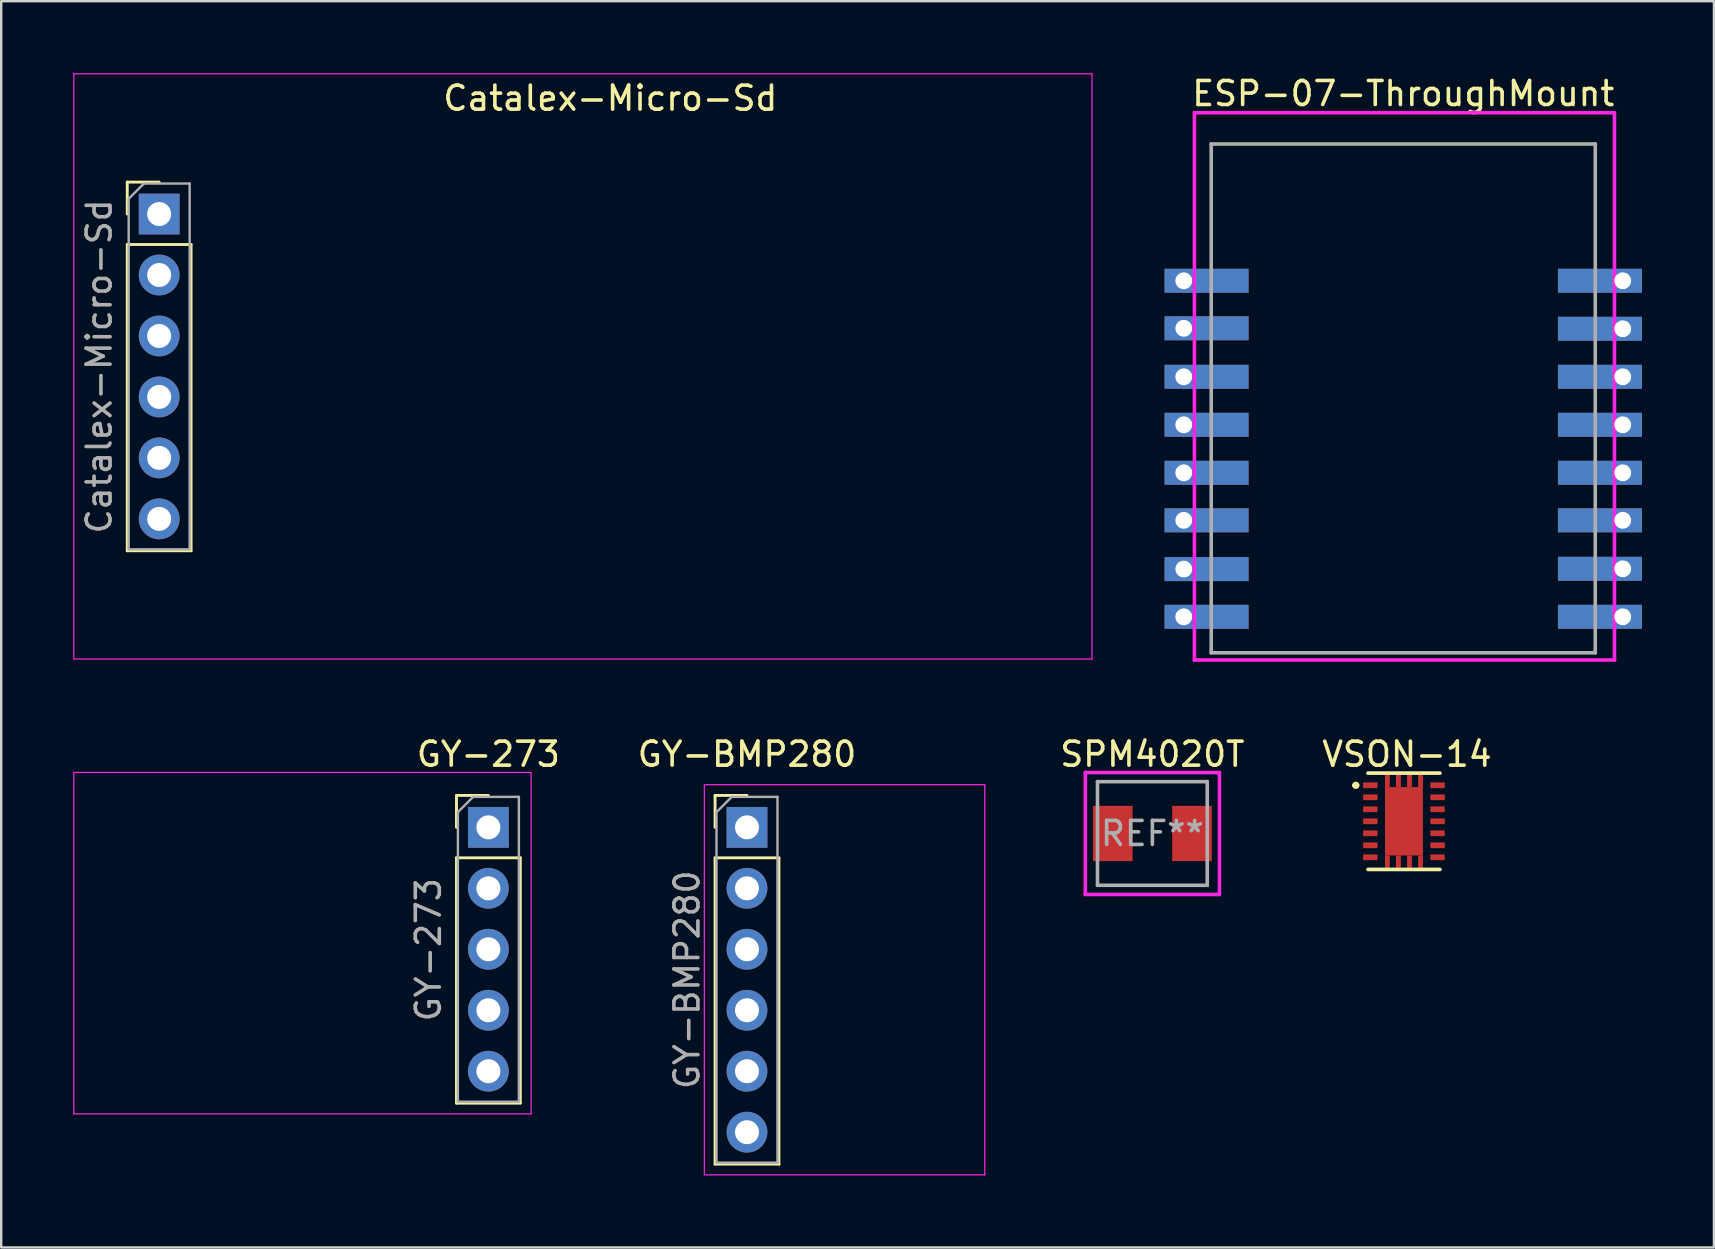
<source format=kicad_pcb>
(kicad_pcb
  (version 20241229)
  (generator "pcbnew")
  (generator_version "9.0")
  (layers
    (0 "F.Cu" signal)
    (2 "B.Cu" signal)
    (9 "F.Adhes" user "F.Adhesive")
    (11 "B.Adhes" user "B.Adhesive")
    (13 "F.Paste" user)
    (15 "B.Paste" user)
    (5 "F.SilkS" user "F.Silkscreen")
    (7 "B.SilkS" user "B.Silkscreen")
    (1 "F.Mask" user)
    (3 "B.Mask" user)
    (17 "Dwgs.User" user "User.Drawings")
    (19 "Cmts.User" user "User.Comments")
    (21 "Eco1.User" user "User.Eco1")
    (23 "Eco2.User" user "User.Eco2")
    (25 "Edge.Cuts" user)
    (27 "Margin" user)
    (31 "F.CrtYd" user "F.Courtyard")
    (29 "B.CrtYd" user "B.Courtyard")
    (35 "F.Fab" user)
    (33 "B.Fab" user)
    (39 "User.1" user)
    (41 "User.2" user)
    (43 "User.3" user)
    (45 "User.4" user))
  (footprint "GY-BMP280"
    (layer "F.Cu")
    (at 28.071 31.419)
    (property "Reference" "GY-BMP280" (at 0 -3.048 0) (layer "F.SilkS") (effects (font (size 1 1) (thickness 0.15))))
    (attr through_hole)
    (fp_line (start -1.33 -1.33) (end 0 -1.33) (stroke (width 0.12) (type solid)) (layer "F.SilkS"))
    (fp_line (start -1.33 0) (end -1.33 -1.33) (stroke (width 0.12) (type solid)) (layer "F.SilkS"))
    (fp_line (start -1.33 1.27) (end -1.33 14.03) (stroke (width 0.12) (type solid)) (layer "F.SilkS"))
    (fp_line (start -1.33 1.27) (end 1.33 1.27) (stroke (width 0.12) (type solid)) (layer "F.SilkS"))
    (fp_line (start -1.33 14.03) (end 1.33 14.03) (stroke (width 0.12) (type solid)) (layer "F.SilkS"))
    (fp_line (start 1.33 1.27) (end 1.33 14.03) (stroke (width 0.12) (type solid)) (layer "F.SilkS"))
    (fp_line (start -1.778 -1.778) (end -1.778 14.478) (stroke (width 0.05) (type solid)) (layer "F.CrtYd"))
    (fp_line (start -1.778 14.478) (end 9.906 14.478) (stroke (width 0.05) (type solid)) (layer "F.CrtYd"))
    (fp_line (start 9.906 -1.778) (end -1.778 -1.778) (stroke (width 0.05) (type solid)) (layer "F.CrtYd"))
    (fp_line (start 9.906 14.478) (end 9.906 -1.778) (stroke (width 0.05) (type solid)) (layer "F.CrtYd"))
    (fp_line (start -1.27 -0.635) (end -0.635 -1.27) (stroke (width 0.1) (type solid)) (layer "F.Fab"))
    (fp_line (start -1.27 13.97) (end -1.27 -0.635) (stroke (width 0.1) (type solid)) (layer "F.Fab"))
    (fp_line (start -0.635 -1.27) (end 1.27 -1.27) (stroke (width 0.1) (type solid)) (layer "F.Fab"))
    (fp_line (start 1.27 -1.27) (end 1.27 13.97) (stroke (width 0.1) (type solid)) (layer "F.Fab"))
    (fp_line (start 1.27 13.97) (end -1.27 13.97) (stroke (width 0.1) (type solid)) (layer "F.Fab"))
    (fp_text user "${REFERENCE}" (at -2.5 6.35 90) (layer "F.Fab") (effects (font (size 1 1) (thickness 0.15))))
    (pad "1" thru_hole rect (at 0 0) (size 1.7 1.7) (drill 1) (layers "*.Cu" "*.Mask"))
    (pad "2" thru_hole oval (at 0 2.54) (size 1.7 1.7) (drill 1) (layers "*.Cu" "*.Mask"))
    (pad "3" thru_hole oval (at 0 5.08) (size 1.7 1.7) (drill 1) (layers "*.Cu" "*.Mask"))
    (pad "4" thru_hole oval (at 0 7.62) (size 1.7 1.7) (drill 1) (layers "*.Cu" "*.Mask"))
    (pad "5" thru_hole oval (at 0 10.16) (size 1.7 1.7) (drill 1) (layers "*.Cu" "*.Mask"))
    (pad "6" thru_hole oval (at 0 12.7) (size 1.7 1.7) (drill 1) (layers "*.Cu" "*.Mask")))
  (footprint "SPM4020T"
    (layer "F.Cu")
    (at 44.96 31.674)
    (property "Reference" "SPM4020T" (at 0 -3.302 0) (layer "F.SilkS") (effects (font (size 1 1) (thickness 0.15))))
    (attr smd)
    (fp_line (start -2.794 -2.54) (end -2.794 2.54) (stroke (width 0.15) (type solid)) (layer "F.CrtYd"))
    (fp_line (start -2.794 2.54) (end 2.794 2.54) (stroke (width 0.15) (type solid)) (layer "F.CrtYd"))
    (fp_line (start 2.794 -2.54) (end -2.794 -2.54) (stroke (width 0.15) (type solid)) (layer "F.CrtYd"))
    (fp_line (start 2.794 2.54) (end 2.794 -2.54) (stroke (width 0.15) (type solid)) (layer "F.CrtYd"))
    (fp_line (start -2.286 -2.159) (end 2.286 -2.159) (stroke (width 0.15) (type solid)) (layer "F.Fab"))
    (fp_line (start -2.286 2.159) (end -2.286 -2.159) (stroke (width 0.15) (type solid)) (layer "F.Fab"))
    (fp_line (start 2.286 -2.159) (end 2.286 2.159) (stroke (width 0.15) (type solid)) (layer "F.Fab"))
    (fp_line (start 2.286 2.159) (end -2.286 2.159) (stroke (width 0.15) (type solid)) (layer "F.Fab"))
    (fp_text user "REF**" (at 0 0 0) (layer "F.Fab") (effects (font (size 1 1) (thickness 0.15))))
    (pad "1" smd rect (at -1.65 0) (size 1.65 2.3) (layers "F.Cu" "F.Mask" "F.Paste"))
    (pad "2" smd rect (at 1.65 0) (size 1.65 2.3) (layers "F.Cu" "F.Mask" "F.Paste")))
  (footprint "ESP-07-ThroughMount"
    (layer "F.Cu")
    (at 55.412 13.548)
    (property "Reference" "ESP-07-ThroughMount" (at 0 -12.7 0) (layer "F.SilkS") (effects (font (size 1 1) (thickness 0.15))))
    (attr through_hole)
    (fp_line (start -8.7 -11.9) (end -8.7 10.9) (stroke (width 0.15) (type solid)) (layer "F.CrtYd"))
    (fp_line (start -8.7 10.9) (end 8.8 10.9) (stroke (width 0.15) (type solid)) (layer "F.CrtYd"))
    (fp_line (start 8.8 -11.9) (end -8.7 -11.9) (stroke (width 0.15) (type solid)) (layer "F.CrtYd"))
    (fp_line (start 8.8 10.9) (end 8.8 -11.9) (stroke (width 0.15) (type solid)) (layer "F.CrtYd"))
    (fp_line (start -8 -10.6) (end 8 -10.6) (stroke (width 0.15) (type solid)) (layer "F.Fab"))
    (fp_line (start -8 10.6) (end -8 -10.6) (stroke (width 0.15) (type solid)) (layer "F.Fab"))
    (fp_line (start 8 -10.6) (end 8 10.6) (stroke (width 0.15) (type solid)) (layer "F.Fab"))
    (fp_line (start 8 10.6) (end -8 10.6) (stroke (width 0.15) (type solid)) (layer "F.Fab"))
    (pad "1" thru_hole rect (at -9.144 -4.9) (size 3.5 1) (drill 0.7 (offset 0.95 0)) (layers "*.Cu" "*.Mask"))
    (pad "2" thru_hole rect (at -9.144 -2.921) (size 3.5 1) (drill 0.7 (offset 0.95 0)) (layers "*.Cu" "*.Mask"))
    (pad "3" thru_hole rect (at -9.144 -0.9) (size 3.5 1) (drill 0.7 (offset 0.95 0)) (layers "*.Cu" "*.Mask"))
    (pad "4" thru_hole rect (at -9.144 1.1) (size 3.5 1) (drill 0.7 (offset 0.95 0)) (layers "*.Cu" "*.Mask"))
    (pad "5" thru_hole rect (at -9.144 3.1) (size 3.5 1) (drill 0.7 (offset 0.95 0)) (layers "*.Cu" "*.Mask"))
    (pad "6" thru_hole rect (at -9.144 5.08) (size 3.5 1) (drill 0.7 (offset 0.95 0)) (layers "*.Cu" "*.Mask"))
    (pad "7" thru_hole rect (at -9.144 7.112) (size 3.5 1) (drill 0.7 (offset 0.95 0)) (layers "*.Cu" "*.Mask"))
    (pad "8" thru_hole rect (at -9.144 9.1) (size 3.5 1) (drill 0.7 (offset 0.95 0)) (layers "*.Cu" "*.Mask"))
    (pad "9" thru_hole rect (at 9.144 9.1 180) (size 3.5 1) (drill 0.7 (offset 0.95 0)) (layers "*.Cu" "*.Mask"))
    (pad "10" thru_hole rect (at 9.144 7.1 180) (size 3.5 1) (drill 0.7 (offset 0.95 0)) (layers "*.Cu" "*.Mask"))
    (pad "11" thru_hole rect (at 9.144 5.08 180) (size 3.5 1) (drill 0.7 (offset 0.95 0)) (layers "*.Cu" "*.Mask"))
    (pad "12" thru_hole rect (at 9.144 3.1 180) (size 3.5 1) (drill 0.7 (offset 0.95 0)) (layers "*.Cu" "*.Mask"))
    (pad "13" thru_hole rect (at 9.144 1.1 180) (size 3.5 1) (drill 0.7 (offset 0.95 0)) (layers "*.Cu" "*.Mask"))
    (pad "14" thru_hole rect (at 9.144 -0.9 180) (size 3.5 1) (drill 0.7 (offset 0.95 0)) (layers "*.Cu" "*.Mask"))
    (pad "15" thru_hole rect (at 9.144 -2.9 180) (size 3.5 1) (drill 0.7 (offset 0.95 0)) (layers "*.Cu" "*.Mask"))
    (pad "16" thru_hole rect (at 9.144 -4.9 180) (size 3.5 1) (drill 0.7 (offset 0.95 0)) (layers "*.Cu" "*.Mask")))
  (footprint "GY-273"
    (layer "F.Cu")
    (at 17.297 31.419)
    (property "Reference" "GY-273" (at 0 -3.048 0) (layer "F.SilkS") (effects (font (size 1 1) (thickness 0.15))))
    (attr through_hole)
    (fp_line (start -1.33 -1.33) (end 0 -1.33) (stroke (width 0.12) (type solid)) (layer "F.SilkS"))
    (fp_line (start -1.33 0) (end -1.33 -1.33) (stroke (width 0.12) (type solid)) (layer "F.SilkS"))
    (fp_line (start -1.33 1.27) (end -1.33 11.49) (stroke (width 0.12) (type solid)) (layer "F.SilkS"))
    (fp_line (start -1.33 1.27) (end 1.33 1.27) (stroke (width 0.12) (type solid)) (layer "F.SilkS"))
    (fp_line (start -1.33 11.49) (end 1.33 11.49) (stroke (width 0.12) (type solid)) (layer "F.SilkS"))
    (fp_line (start 1.33 1.27) (end 1.33 11.49) (stroke (width 0.12) (type solid)) (layer "F.SilkS"))
    (fp_line (start -17.272 -2.286) (end -17.272 11.938) (stroke (width 0.05) (type solid)) (layer "F.CrtYd"))
    (fp_line (start -17.272 11.938) (end 1.778 11.938) (stroke (width 0.05) (type solid)) (layer "F.CrtYd"))
    (fp_line (start 1.778 -2.286) (end -17.272 -2.286) (stroke (width 0.05) (type solid)) (layer "F.CrtYd"))
    (fp_line (start 1.778 11.938) (end 1.778 -2.286) (stroke (width 0.05) (type solid)) (layer "F.CrtYd"))
    (fp_line (start -1.27 -0.635) (end -0.635 -1.27) (stroke (width 0.1) (type solid)) (layer "F.Fab"))
    (fp_line (start -1.27 11.43) (end -1.27 -0.635) (stroke (width 0.1) (type solid)) (layer "F.Fab"))
    (fp_line (start -0.635 -1.27) (end 1.27 -1.27) (stroke (width 0.1) (type solid)) (layer "F.Fab"))
    (fp_line (start 1.27 -1.27) (end 1.27 11.43) (stroke (width 0.1) (type solid)) (layer "F.Fab"))
    (fp_line (start 1.27 11.43) (end -1.27 11.43) (stroke (width 0.1) (type solid)) (layer "F.Fab"))
    (fp_text user "${REFERENCE}" (at -2.5 5.1 90) (layer "F.Fab") (effects (font (size 1 1) (thickness 0.15))))
    (pad "1" thru_hole rect (at 0 0) (size 1.7 1.7) (drill 1) (layers "*.Cu" "*.Mask"))
    (pad "2" thru_hole oval (at 0 2.54) (size 1.7 1.7) (drill 1) (layers "*.Cu" "*.Mask"))
    (pad "3" thru_hole oval (at 0 5.08) (size 1.7 1.7) (drill 1) (layers "*.Cu" "*.Mask"))
    (pad "4" thru_hole oval (at 0 7.62) (size 1.7 1.7) (drill 1) (layers "*.Cu" "*.Mask"))
    (pad "5" thru_hole oval (at 0 10.16) (size 1.7 1.7) (drill 1) (layers "*.Cu" "*.Mask")))
  (footprint "Catalex-Micro-Sd"
    (layer "F.Cu")
    (at 3.581 5.867)
    (property "Reference" "Catalex-Micro-Sd" (at 18.796 -4.826 0) (layer "F.SilkS") (effects (font (size 1 1) (thickness 0.15))))
    (attr through_hole)
    (fp_line (start -1.33 -1.33) (end 0 -1.33) (stroke (width 0.12) (type solid)) (layer "F.SilkS"))
    (fp_line (start -1.33 0) (end -1.33 -1.33) (stroke (width 0.12) (type solid)) (layer "F.SilkS"))
    (fp_line (start -1.33 1.27) (end -1.33 14.03) (stroke (width 0.12) (type solid)) (layer "F.SilkS"))
    (fp_line (start -1.33 1.27) (end 1.33 1.27) (stroke (width 0.12) (type solid)) (layer "F.SilkS"))
    (fp_line (start -1.33 14.03) (end 1.33 14.03) (stroke (width 0.12) (type solid)) (layer "F.SilkS"))
    (fp_line (start 1.33 1.27) (end 1.33 14.03) (stroke (width 0.12) (type solid)) (layer "F.SilkS"))
    (fp_line (start -3.556 -5.842) (end -3.556 18.542) (stroke (width 0.05) (type solid)) (layer "F.CrtYd"))
    (fp_line (start -3.556 18.542) (end 38.862 18.542) (stroke (width 0.05) (type solid)) (layer "F.CrtYd"))
    (fp_line (start 38.862 -5.842) (end -3.556 -5.842) (stroke (width 0.05) (type solid)) (layer "F.CrtYd"))
    (fp_line (start 38.862 18.542) (end 38.862 -5.842) (stroke (width 0.05) (type solid)) (layer "F.CrtYd"))
    (fp_line (start -1.27 -0.635) (end -0.635 -1.27) (stroke (width 0.1) (type solid)) (layer "F.Fab"))
    (fp_line (start -1.27 13.97) (end -1.27 -0.635) (stroke (width 0.1) (type solid)) (layer "F.Fab"))
    (fp_line (start -0.635 -1.27) (end 1.27 -1.27) (stroke (width 0.1) (type solid)) (layer "F.Fab"))
    (fp_line (start 1.27 -1.27) (end 1.27 13.97) (stroke (width 0.1) (type solid)) (layer "F.Fab"))
    (fp_line (start 1.27 13.97) (end -1.27 13.97) (stroke (width 0.1) (type solid)) (layer "F.Fab"))
    (fp_text user "${REFERENCE}" (at -2.5 6.35 90) (layer "F.Fab") (effects (font (size 1 1) (thickness 0.15))))
    (pad "1" thru_hole rect (at 0 0) (size 1.7 1.7) (drill 1) (layers "*.Cu" "*.Mask"))
    (pad "2" thru_hole oval (at 0 2.54) (size 1.7 1.7) (drill 1) (layers "*.Cu" "*.Mask"))
    (pad "3" thru_hole oval (at 0 5.08) (size 1.7 1.7) (drill 1) (layers "*.Cu" "*.Mask"))
    (pad "4" thru_hole oval (at 0 7.62) (size 1.7 1.7) (drill 1) (layers "*.Cu" "*.Mask"))
    (pad "5" thru_hole oval (at 0 10.16) (size 1.7 1.7) (drill 1) (layers "*.Cu" "*.Mask"))
    (pad "6" thru_hole oval (at 0 12.7) (size 1.7 1.7) (drill 1) (layers "*.Cu" "*.Mask")))
  (footprint "VSON-14"
    (layer "F.Cu")
    (at 55.441 31.166)
    (property "Reference" "VSON-14" (at 0.127 -2.794 0) (layer "F.SilkS") (effects (font (size 1 1) (thickness 0.15))))
    (attr smd)
    (fp_line (start -1.499 2.007) (end 1.499 2.007) (stroke (width 0.152) (type solid)) (layer "F.SilkS"))
    (fp_line (start 1.499 -2.007) (end -1.499 -2.007) (stroke (width 0.152) (type solid)) (layer "F.SilkS"))
    (fp_arc (start -2.0828 -1.4986) (mid -2.0066 -1.5748) (end -1.9304 -1.4986) (stroke (width 0.1524) (type solid)) (layer "F.SilkS"))
    (fp_arc (start -1.9304 -1.4986) (mid -2.0066 -1.4224) (end -2.0828 -1.4986) (stroke (width 0.1524) (type solid)) (layer "F.SilkS"))
    (fp_poly (pts (xy -0.781 -1.37) (xy -0.12 -1.37) (xy -0.12 -0.12) (xy -0.781 -0.12)) (stroke (width 0) (type solid)) (fill yes) (layer "F.Paste"))
    (fp_poly (pts (xy -0.78 0.12) (xy -0.12 0.12) (xy -0.12 1.37) (xy -0.78 1.37)) (stroke (width 0) (type solid)) (fill yes) (layer "F.Paste"))
    (fp_poly (pts (xy 0.12 -1.37) (xy 0.78 -1.37) (xy 0.78 -0.12) (xy 0.12 -0.12)) (stroke (width 0) (type solid)) (fill yes) (layer "F.Paste"))
    (fp_poly (pts (xy 0.12 0.12) (xy 0.78 0.12) (xy 0.78 1.372) (xy 0.12 1.372)) (stroke (width 0) (type solid)) (fill yes) (layer "F.Paste"))
    (fp_line (start -1.5 -2) (end -1.5 2) (stroke (width 0.152) (type solid)) (layer "Eco2.User"))
    (fp_line (start -1.5 2) (end 1.5 2) (stroke (width 0.152) (type solid)) (layer "Eco2.User"))
    (fp_line (start -1.499 -0.737) (end -0.229 -2.007) (stroke (width 0.152) (type solid)) (layer "Eco2.User"))
    (fp_line (start 1.5 -2) (end -1.5 -2) (stroke (width 0.152) (type solid)) (layer "Eco2.User"))
    (fp_line (start 1.5 2) (end 1.5 -2) (stroke (width 0.152) (type solid)) (layer "Eco2.User"))
    (fp_arc (start -2.0828 -1.4986) (mid -2.0066 -1.5748) (end -1.9304 -1.4986) (stroke (width 0.1524) (type solid)) (layer "Eco2.User"))
    (fp_arc (start -1.9304 -1.4986) (mid -2.0066 -1.4224) (end -2.0828 -1.4986) (stroke (width 0.1524) (type solid)) (layer "Eco2.User"))
    (pad "1" smd rect (at -1.4 -1.5) (size 0.6 0.24) (layers "F.Cu" "F.Mask" "F.Paste"))
    (pad "2" smd rect (at -1.4 -1) (size 0.6 0.24) (layers "F.Cu" "F.Mask" "F.Paste"))
    (pad "3" smd rect (at -1.4 -0.5) (size 0.6 0.24) (layers "F.Cu" "F.Mask" "F.Paste"))
    (pad "4" smd rect (at -1.4 0) (size 0.6 0.24) (layers "F.Cu" "F.Mask" "F.Paste"))
    (pad "5" smd rect (at -1.4 0.5) (size 0.6 0.24) (layers "F.Cu" "F.Mask" "F.Paste"))
    (pad "6" smd rect (at -1.4 1) (size 0.6 0.24) (layers "F.Cu" "F.Mask" "F.Paste"))
    (pad "7" smd rect (at -1.4 1.5) (size 0.6 0.24) (layers "F.Cu" "F.Mask" "F.Paste"))
    (pad "8" smd rect (at 1.4 1.5 180) (size 0.6 0.24) (layers "F.Cu" "F.Mask" "F.Paste"))
    (pad "9" smd rect (at 1.4 1 180) (size 0.6 0.24) (layers "F.Cu" "F.Mask" "F.Paste"))
    (pad "10" smd rect (at 1.4 0.5 180) (size 0.6 0.24) (layers "F.Cu" "F.Mask" "F.Paste"))
    (pad "11" smd rect (at 1.4 0 180) (size 0.6 0.24) (layers "F.Cu" "F.Mask" "F.Paste"))
    (pad "12" smd rect (at 1.4 -0.5 180) (size 0.6 0.24) (layers "F.Cu" "F.Mask" "F.Paste"))
    (pad "13" smd rect (at 1.4 -1 180) (size 0.6 0.24) (layers "F.Cu" "F.Mask" "F.Paste"))
    (pad "14" smd rect (at 1.4 -1.5 180) (size 0.6 0.24) (layers "F.Cu" "F.Mask" "F.Paste"))
    (pad "15" smd rect (at 0 0) (size 1.58 2.85) (layers "F.Cu" "F.Mask" "F.Paste"))
    (pad "16" smd rect (at -0.69 -1.712) (size 0.2 0.575) (layers "F.Cu" "F.Mask" "F.Paste"))
    (pad "17" smd rect (at -0.23 -1.712) (size 0.2 0.575) (layers "F.Cu" "F.Mask" "F.Paste"))
    (pad "18" smd rect (at 0.23 -1.712) (size 0.2 0.575) (layers "F.Cu" "F.Mask" "F.Paste"))
    (pad "19" smd rect (at 0.69 -1.712) (size 0.2 0.575) (layers "F.Cu" "F.Mask" "F.Paste"))
    (pad "20" smd rect (at 0.69 1.712) (size 0.2 0.575) (layers "F.Cu" "F.Mask" "F.Paste"))
    (pad "21" smd rect (at 0.23 1.712) (size 0.2 0.575) (layers "F.Cu" "F.Mask" "F.Paste"))
    (pad "22" smd rect (at -0.23 1.712) (size 0.2 0.575) (layers "F.Cu" "F.Mask" "F.Paste"))
    (pad "23" smd rect (at -0.69 1.712) (size 0.2 0.575) (layers "F.Cu" "F.Mask" "F.Paste")))
  (gr_rect
    (start -3 -3)
    (end 68.356 48.922)
    (stroke (width 0.1) (type default))
    (fill no)
    (layer "Edge.Cuts")))
</source>
